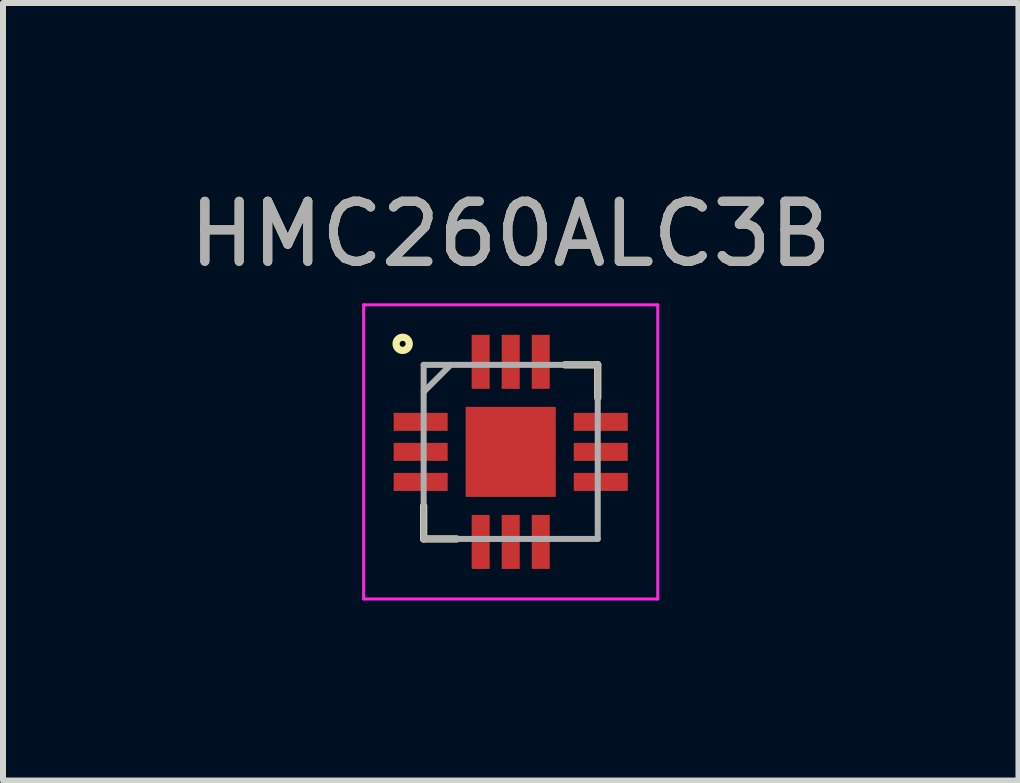
<source format=kicad_pcb>
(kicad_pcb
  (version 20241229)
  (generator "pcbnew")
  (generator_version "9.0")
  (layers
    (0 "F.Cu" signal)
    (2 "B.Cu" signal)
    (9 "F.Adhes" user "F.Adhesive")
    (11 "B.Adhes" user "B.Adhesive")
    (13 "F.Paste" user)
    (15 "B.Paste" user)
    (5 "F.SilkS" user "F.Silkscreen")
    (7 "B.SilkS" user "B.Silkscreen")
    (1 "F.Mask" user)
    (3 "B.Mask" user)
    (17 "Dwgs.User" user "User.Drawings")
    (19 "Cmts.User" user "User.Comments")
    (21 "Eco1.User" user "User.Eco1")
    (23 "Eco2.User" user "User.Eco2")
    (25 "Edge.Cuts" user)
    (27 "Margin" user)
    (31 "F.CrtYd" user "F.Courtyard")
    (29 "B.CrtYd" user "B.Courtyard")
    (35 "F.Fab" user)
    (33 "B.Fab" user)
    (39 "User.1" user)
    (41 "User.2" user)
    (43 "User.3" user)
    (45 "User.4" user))
  (footprint "HMC260ALC3B"
    (layer "F.Cu")
    (at 5.458 4.478)
    (property "Reference" "HMC260ALC3B" (at 0 -3.63 0) (unlocked yes) (layer "F.SilkS") (effects (font (size 1 1) (thickness 0.15))))
    (attr smd)
    (fp_line (start -1.45 1.45) (end -1.45 0.9) (stroke (width 0.12) (type solid)) (layer "F.SilkS"))
    (fp_line (start -0.9 1.45) (end -1.45 1.45) (stroke (width 0.12) (type solid)) (layer "F.SilkS"))
    (fp_line (start 1.45 -1.45) (end 0.9 -1.45) (stroke (width 0.12) (type solid)) (layer "F.SilkS"))
    (fp_line (start 1.45 -0.9) (end 1.45 -1.45) (stroke (width 0.12) (type solid)) (layer "F.SilkS"))
    (fp_circle (center -1.8 -1.8) (end -1.76 -1.77) (stroke (width 0.12) (type solid)) (fill no) (layer "F.SilkS"))
    (fp_line (start -2.45 -2.45) (end 2.45 -2.45) (stroke (width 0.05) (type solid)) (layer "F.CrtYd"))
    (fp_line (start -2.45 2.45) (end -2.45 -2.45) (stroke (width 0.05) (type solid)) (layer "F.CrtYd"))
    (fp_line (start 2.45 -2.45) (end 2.45 2.45) (stroke (width 0.05) (type solid)) (layer "F.CrtYd"))
    (fp_line (start 2.45 2.45) (end -2.45 2.45) (stroke (width 0.05) (type solid)) (layer "F.CrtYd"))
    (fp_line (start -1.45 -1.45) (end 1.45 -1.45) (stroke (width 0.1) (type solid)) (layer "F.Fab"))
    (fp_line (start -1.45 -1) (end -1 -1.45) (stroke (width 0.1) (type solid)) (layer "F.Fab"))
    (fp_line (start -1.45 1.45) (end -1.45 -1.45) (stroke (width 0.1) (type solid)) (layer "F.Fab"))
    (fp_line (start 1.45 -1.45) (end 1.45 1.45) (stroke (width 0.1) (type solid)) (layer "F.Fab"))
    (fp_line (start 1.45 1.45) (end -1.45 1.45) (stroke (width 0.1) (type solid)) (layer "F.Fab"))
    (fp_text user "${REFERENCE}" (at 0 -3.63 0) (unlocked yes) (layer "F.Fab") (effects (font (size 1 1) (thickness 0.15))))
    (pad "1" smd rect (at -1.5 -0.5) (size 0.9 0.3) (layers "F.Cu" "F.Mask" "F.Paste"))
    (pad "2" smd rect (at -1.5 0) (size 0.9 0.3) (layers "F.Cu" "F.Mask" "F.Paste"))
    (pad "3" smd rect (at -1.5 0.5) (size 0.9 0.3) (layers "F.Cu" "F.Mask" "F.Paste"))
    (pad "4" smd rect (at -0.5 1.5) (size 0.3 0.9) (layers "F.Cu" "F.Mask" "F.Paste"))
    (pad "5" smd rect (at 0 1.5) (size 0.3 0.9) (layers "F.Cu" "F.Mask" "F.Paste"))
    (pad "6" smd rect (at 0.5 1.5) (size 0.3 0.9) (layers "F.Cu" "F.Mask" "F.Paste"))
    (pad "7" smd rect (at 1.5 0.5) (size 0.9 0.3) (layers "F.Cu" "F.Mask" "F.Paste"))
    (pad "8" smd rect (at 1.5 0) (size 0.9 0.3) (layers "F.Cu" "F.Mask" "F.Paste"))
    (pad "9" smd rect (at 1.5 -0.5) (size 0.9 0.3) (layers "F.Cu" "F.Mask" "F.Paste"))
    (pad "10" smd rect (at 0.5 -1.5) (size 0.3 0.9) (layers "F.Cu" "F.Mask" "F.Paste"))
    (pad "11" smd rect (at 0 -1.5) (size 0.3 0.9) (layers "F.Cu" "F.Mask" "F.Paste"))
    (pad "12" smd rect (at -0.5 -1.5) (size 0.3 0.9) (layers "F.Cu" "F.Mask" "F.Paste"))
    (pad "13" smd rect (at 0 0) (size 1.5 1.5) (layers "F.Cu" "F.Mask" "F.Paste")))
  (gr_rect
    (start -3 -3)
    (end 13.917 9.953)
    (stroke (width 0.1) (type default))
    (fill no)
    (layer "Edge.Cuts")))
</source>
